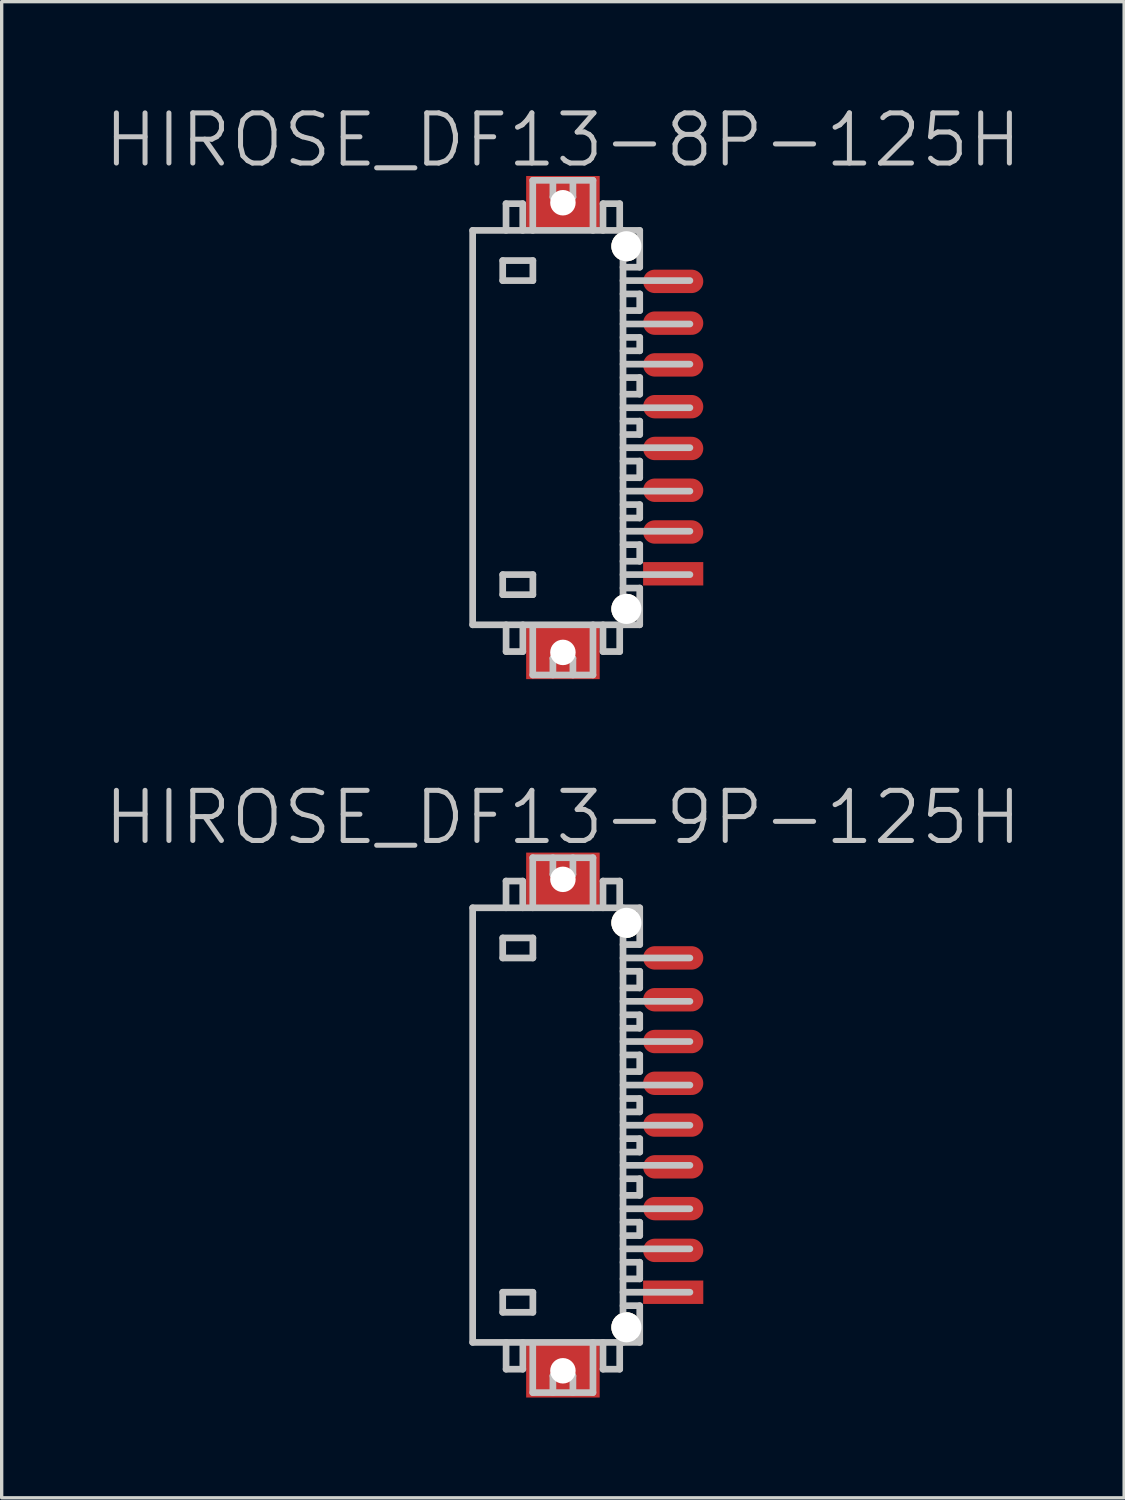
<source format=kicad_pcb>
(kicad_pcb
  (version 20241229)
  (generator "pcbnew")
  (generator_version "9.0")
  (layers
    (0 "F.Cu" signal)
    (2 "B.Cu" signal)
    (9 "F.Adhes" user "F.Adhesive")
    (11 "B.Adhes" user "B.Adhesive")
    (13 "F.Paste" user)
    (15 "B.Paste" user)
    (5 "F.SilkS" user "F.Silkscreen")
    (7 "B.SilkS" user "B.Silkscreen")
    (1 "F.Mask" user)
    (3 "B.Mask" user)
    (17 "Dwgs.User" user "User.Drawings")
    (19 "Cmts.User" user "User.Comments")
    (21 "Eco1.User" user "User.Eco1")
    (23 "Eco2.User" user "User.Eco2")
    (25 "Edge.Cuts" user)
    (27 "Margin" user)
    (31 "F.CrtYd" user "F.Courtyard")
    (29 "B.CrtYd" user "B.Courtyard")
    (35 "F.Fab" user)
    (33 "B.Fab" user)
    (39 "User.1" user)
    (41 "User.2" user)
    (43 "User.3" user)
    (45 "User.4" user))
  (footprint "HIROSE_DF13-8P-125H"
    (layer "F.Cu")
    (at 13.789 9.741)
    (property "Reference" "HIROSE_DF13-8P-125H" (at 0 -8.6 180) (layer "Dwgs.User") (effects (font (size 1.5 1.5) (thickness 0.15))))
    (attr smd)
    (fp_line (start -2.699 -5.9) (end -2.699 5.9) (stroke (width 0.2) (type solid)) (layer "Dwgs.User"))
    (fp_line (start -2.699 -5.898) (end 2.299 -5.898) (stroke (width 0.2) (type solid)) (layer "Dwgs.User"))
    (fp_line (start -1.8 -4.996) (end -1.8 -4.397) (stroke (width 0.2) (type solid)) (layer "Dwgs.User"))
    (fp_line (start -1.8 -4.397) (end -0.898 -4.397) (stroke (width 0.2) (type solid)) (layer "Dwgs.User"))
    (fp_line (start -1.8 4.399) (end -0.898 4.399) (stroke (width 0.2) (type solid)) (layer "Dwgs.User"))
    (fp_line (start -1.8 4.999) (end -1.8 4.399) (stroke (width 0.2) (type solid)) (layer "Dwgs.User"))
    (fp_line (start -1.701 -6.698) (end -1.701 -5.898) (stroke (width 0.2) (type solid)) (layer "Dwgs.User"))
    (fp_line (start -1.699 6.701) (end -1.699 5.9) (stroke (width 0.2) (type solid)) (layer "Dwgs.User"))
    (fp_line (start -1.201 -6.698) (end -1.701 -6.698) (stroke (width 0.2) (type solid)) (layer "Dwgs.User"))
    (fp_line (start -1.201 -5.898) (end -1.201 -6.698) (stroke (width 0.2) (type solid)) (layer "Dwgs.User"))
    (fp_line (start -1.198 5.9) (end -1.198 6.701) (stroke (width 0.2) (type solid)) (layer "Dwgs.User"))
    (fp_line (start -1.198 6.701) (end -1.699 6.701) (stroke (width 0.2) (type solid)) (layer "Dwgs.User"))
    (fp_line (start -0.901 -7.396) (end -0.901 -5.898) (stroke (width 0.2) (type solid)) (layer "Dwgs.User"))
    (fp_line (start -0.901 7.399) (end -0.901 5.999) (stroke (width 0.2) (type solid)) (layer "Dwgs.User"))
    (fp_line (start -0.898 -4.996) (end -1.8 -4.996) (stroke (width 0.2) (type solid)) (layer "Dwgs.User"))
    (fp_line (start -0.898 -4.397) (end -0.898 -4.996) (stroke (width 0.2) (type solid)) (layer "Dwgs.User"))
    (fp_line (start -0.898 4.399) (end -0.898 4.999) (stroke (width 0.2) (type solid)) (layer "Dwgs.User"))
    (fp_line (start -0.898 4.999) (end -1.8 4.999) (stroke (width 0.2) (type solid)) (layer "Dwgs.User"))
    (fp_line (start -0.299 -6.896) (end -0.299 -7.396) (stroke (width 0.2) (type solid)) (layer "Dwgs.User"))
    (fp_line (start -0.299 -6.896) (end 0.3 -6.896) (stroke (width 0.2) (type solid)) (layer "Dwgs.User"))
    (fp_line (start -0.299 6.901) (end 0.3 6.901) (stroke (width 0.2) (type solid)) (layer "Dwgs.User"))
    (fp_line (start -0.299 7.402) (end -0.299 6.901) (stroke (width 0.2) (type solid)) (layer "Dwgs.User"))
    (fp_line (start 0.3 -6.896) (end 0.3 -7.396) (stroke (width 0.2) (type solid)) (layer "Dwgs.User"))
    (fp_line (start 0.3 7.402) (end 0.3 6.901) (stroke (width 0.2) (type solid)) (layer "Dwgs.User"))
    (fp_line (start 0.9 -7.396) (end -0.901 -7.396) (stroke (width 0.2) (type solid)) (layer "Dwgs.User"))
    (fp_line (start 0.9 -5.898) (end 0.9 -7.396) (stroke (width 0.2) (type solid)) (layer "Dwgs.User"))
    (fp_line (start 0.9 7.399) (end 0.9 5.9) (stroke (width 0.2) (type solid)) (layer "Dwgs.User"))
    (fp_line (start 0.9 7.402) (end -0.901 7.402) (stroke (width 0.2) (type solid)) (layer "Dwgs.User"))
    (fp_line (start 1.2 -5.898) (end 1.2 -6.698) (stroke (width 0.2) (type solid)) (layer "Dwgs.User"))
    (fp_line (start 1.2 6.701) (end 1.2 5.9) (stroke (width 0.2) (type solid)) (layer "Dwgs.User"))
    (fp_line (start 1.7 -6.698) (end 1.2 -6.698) (stroke (width 0.2) (type solid)) (layer "Dwgs.User"))
    (fp_line (start 1.7 -6.698) (end 1.7 -5.898) (stroke (width 0.2) (type solid)) (layer "Dwgs.User"))
    (fp_line (start 1.7 5.9) (end 1.7 6.701) (stroke (width 0.2) (type solid)) (layer "Dwgs.User"))
    (fp_line (start 1.7 6.701) (end 1.2 6.701) (stroke (width 0.2) (type solid)) (layer "Dwgs.User"))
    (fp_line (start 1.799 -5.9) (end 1.799 5.9) (stroke (width 0.2) (type solid)) (layer "Dwgs.User"))
    (fp_line (start 1.799 -3.998) (end 2.299 -3.998) (stroke (width 0.2) (type solid)) (layer "Dwgs.User"))
    (fp_line (start 1.799 -3.099) (end 3.8 -3.099) (stroke (width 0.2) (type solid)) (layer "Dwgs.User"))
    (fp_line (start 1.799 -1.897) (end 3.8 -1.897) (stroke (width 0.2) (type solid)) (layer "Dwgs.User"))
    (fp_line (start 1.799 -1.496) (end 2.299 -1.496) (stroke (width 0.2) (type solid)) (layer "Dwgs.User"))
    (fp_line (start 1.799 -0.594) (end 3.8 -0.594) (stroke (width 0.2) (type solid)) (layer "Dwgs.User"))
    (fp_line (start 1.799 0.602) (end 3.8 0.602) (stroke (width 0.2) (type solid)) (layer "Dwgs.User"))
    (fp_line (start 1.799 1.003) (end 2.299 1.003) (stroke (width 0.2) (type solid)) (layer "Dwgs.User"))
    (fp_line (start 1.799 1.902) (end 3.8 1.902) (stroke (width 0.2) (type solid)) (layer "Dwgs.User"))
    (fp_line (start 1.799 3.101) (end 3.8 3.101) (stroke (width 0.2) (type solid)) (layer "Dwgs.User"))
    (fp_line (start 1.799 3.503) (end 2.299 3.503) (stroke (width 0.2) (type solid)) (layer "Dwgs.User"))
    (fp_line (start 1.799 4.399) (end 3.8 4.399) (stroke (width 0.2) (type solid)) (layer "Dwgs.User"))
    (fp_line (start 2.299 -4.798) (end 1.799 -4.798) (stroke (width 0.2) (type solid)) (layer "Dwgs.User"))
    (fp_line (start 2.299 -4.798) (end 2.299 -5.898) (stroke (width 0.2) (type solid)) (layer "Dwgs.User"))
    (fp_line (start 2.299 -4) (end 2.299 -3.5) (stroke (width 0.2) (type solid)) (layer "Dwgs.User"))
    (fp_line (start 2.299 -3.5) (end 1.799 -3.5) (stroke (width 0.2) (type solid)) (layer "Dwgs.User"))
    (fp_line (start 2.299 -2.697) (end 1.799 -2.697) (stroke (width 0.2) (type solid)) (layer "Dwgs.User"))
    (fp_line (start 2.299 -2.296) (end 1.799 -2.296) (stroke (width 0.2) (type solid)) (layer "Dwgs.User"))
    (fp_line (start 2.299 -2.296) (end 2.299 -2.697) (stroke (width 0.2) (type solid)) (layer "Dwgs.User"))
    (fp_line (start 2.299 -1.499) (end 2.299 -0.998) (stroke (width 0.2) (type solid)) (layer "Dwgs.User"))
    (fp_line (start 2.299 -0.998) (end 1.799 -0.998) (stroke (width 0.2) (type solid)) (layer "Dwgs.User"))
    (fp_line (start 2.299 -0.193) (end 1.799 -0.193) (stroke (width 0.2) (type solid)) (layer "Dwgs.User"))
    (fp_line (start 2.299 0.208) (end 1.799 0.208) (stroke (width 0.2) (type solid)) (layer "Dwgs.User"))
    (fp_line (start 2.299 0.208) (end 2.299 -0.193) (stroke (width 0.2) (type solid)) (layer "Dwgs.User"))
    (fp_line (start 2.299 1.001) (end 2.299 1.501) (stroke (width 0.2) (type solid)) (layer "Dwgs.User"))
    (fp_line (start 2.299 1.501) (end 1.799 1.501) (stroke (width 0.2) (type solid)) (layer "Dwgs.User"))
    (fp_line (start 2.299 2.304) (end 1.799 2.304) (stroke (width 0.2) (type solid)) (layer "Dwgs.User"))
    (fp_line (start 2.299 2.705) (end 1.799 2.705) (stroke (width 0.2) (type solid)) (layer "Dwgs.User"))
    (fp_line (start 2.299 2.705) (end 2.299 2.304) (stroke (width 0.2) (type solid)) (layer "Dwgs.User"))
    (fp_line (start 2.299 3.5) (end 2.299 4) (stroke (width 0.2) (type solid)) (layer "Dwgs.User"))
    (fp_line (start 2.299 4) (end 1.799 4) (stroke (width 0.2) (type solid)) (layer "Dwgs.User"))
    (fp_line (start 2.299 4.801) (end 1.799 4.801) (stroke (width 0.2) (type solid)) (layer "Dwgs.User"))
    (fp_line (start 2.299 5.9) (end -2.699 5.9) (stroke (width 0.2) (type solid)) (layer "Dwgs.User"))
    (fp_line (start 2.299 5.9) (end 2.299 4.801) (stroke (width 0.2) (type solid)) (layer "Dwgs.User"))
    (fp_line (start 3.8 -4.397) (end 1.799 -4.397) (stroke (width 0.2) (type solid)) (layer "Dwgs.User"))
    (pad "" np_thru_hole rect (at 0.001 -6.726 270) (size 1.6 2.2) (drill 0.762) (layers "F.Cu" "F.Mask" "F.Paste"))
    (pad "" np_thru_hole rect (at 0.001 6.726 270) (size 1.6 2.2) (drill 0.762) (layers "F.Cu" "F.Mask" "F.Paste"))
    (pad "" np_thru_hole circle (at 1.901 -5.425 270) (size 0.9 0.9) (drill 0.899) (layers "*.Cu" "*.Mask" "F.SilkS"))
    (pad "" np_thru_hole circle (at 1.901 5.425 270) (size 0.9 0.9) (drill 0.899) (layers "*.Cu" "*.Mask" "F.SilkS"))
    (pad "1" smd rect (at 3.3 4.374 270) (size 0.7 1.8) (layers "F.Cu" "F.Mask" "F.Paste"))
    (pad "2" smd oval (at 3.3 3.124 270) (size 0.7 1.8) (layers "F.Cu" "F.Mask" "F.Paste"))
    (pad "3" smd oval (at 3.3 1.875 270) (size 0.7 1.8) (layers "F.Cu" "F.Mask" "F.Paste"))
    (pad "4" smd oval (at 3.3 0.625 270) (size 0.7 1.8) (layers "F.Cu" "F.Mask" "F.Paste"))
    (pad "5" smd oval (at 3.3 -0.625 270) (size 0.7 1.8) (layers "F.Cu" "F.Mask" "F.Paste"))
    (pad "6" smd oval (at 3.3 -1.875 270) (size 0.7 1.8) (layers "F.Cu" "F.Mask" "F.Paste"))
    (pad "7" smd oval (at 3.3 -3.124 270) (size 0.7 1.8) (layers "F.Cu" "F.Mask" "F.Paste"))
    (pad "8" smd oval (at 3.3 -4.374 270) (size 0.7 1.8) (layers "F.Cu" "F.Mask" "F.Paste")))
  (footprint "HIROSE_DF13-9P-125H"
    (layer "F.Cu")
    (at 13.789 30.607)
    (property "Reference" "HIROSE_DF13-9P-125H" (at 0 -9.2 180) (layer "Dwgs.User") (effects (font (size 1.5 1.5) (thickness 0.15))))
    (attr smd)
    (fp_line (start -2.699 -6.5) (end 2.299 -6.5) (stroke (width 0.2) (type solid)) (layer "Dwgs.User"))
    (fp_line (start -2.699 6.5) (end -2.699 -6.5) (stroke (width 0.2) (type solid)) (layer "Dwgs.User"))
    (fp_line (start -1.8 -5.598) (end -1.8 -4.999) (stroke (width 0.2) (type solid)) (layer "Dwgs.User"))
    (fp_line (start -1.8 -4.999) (end -0.898 -4.999) (stroke (width 0.2) (type solid)) (layer "Dwgs.User"))
    (fp_line (start -1.8 5.001) (end -0.898 5.001) (stroke (width 0.2) (type solid)) (layer "Dwgs.User"))
    (fp_line (start -1.8 5.601) (end -1.8 5.001) (stroke (width 0.2) (type solid)) (layer "Dwgs.User"))
    (fp_line (start -1.701 -7.3) (end -1.701 -6.5) (stroke (width 0.2) (type solid)) (layer "Dwgs.User"))
    (fp_line (start -1.699 7.303) (end -1.699 6.502) (stroke (width 0.2) (type solid)) (layer "Dwgs.User"))
    (fp_line (start -1.201 -7.3) (end -1.701 -7.3) (stroke (width 0.2) (type solid)) (layer "Dwgs.User"))
    (fp_line (start -1.201 -6.5) (end -1.201 -7.3) (stroke (width 0.2) (type solid)) (layer "Dwgs.User"))
    (fp_line (start -1.198 6.502) (end -1.198 7.303) (stroke (width 0.2) (type solid)) (layer "Dwgs.User"))
    (fp_line (start -1.198 7.303) (end -1.699 7.303) (stroke (width 0.2) (type solid)) (layer "Dwgs.User"))
    (fp_line (start -0.901 -7.998) (end -0.901 -6.5) (stroke (width 0.2) (type solid)) (layer "Dwgs.User"))
    (fp_line (start -0.901 8.001) (end -0.901 6.601) (stroke (width 0.2) (type solid)) (layer "Dwgs.User"))
    (fp_line (start -0.898 -5.598) (end -1.8 -5.598) (stroke (width 0.2) (type solid)) (layer "Dwgs.User"))
    (fp_line (start -0.898 -4.999) (end -0.898 -5.598) (stroke (width 0.2) (type solid)) (layer "Dwgs.User"))
    (fp_line (start -0.898 5.001) (end -0.898 5.601) (stroke (width 0.2) (type solid)) (layer "Dwgs.User"))
    (fp_line (start -0.898 5.601) (end -1.8 5.601) (stroke (width 0.2) (type solid)) (layer "Dwgs.User"))
    (fp_line (start -0.299 -7.498) (end -0.299 -7.998) (stroke (width 0.2) (type solid)) (layer "Dwgs.User"))
    (fp_line (start -0.299 -7.498) (end 0.3 -7.498) (stroke (width 0.2) (type solid)) (layer "Dwgs.User"))
    (fp_line (start -0.299 7.503) (end 0.3 7.503) (stroke (width 0.2) (type solid)) (layer "Dwgs.User"))
    (fp_line (start -0.299 8.004) (end -0.299 7.503) (stroke (width 0.2) (type solid)) (layer "Dwgs.User"))
    (fp_line (start 0.3 -7.498) (end 0.3 -7.998) (stroke (width 0.2) (type solid)) (layer "Dwgs.User"))
    (fp_line (start 0.3 8.004) (end 0.3 7.503) (stroke (width 0.2) (type solid)) (layer "Dwgs.User"))
    (fp_line (start 0.9 -7.998) (end -0.901 -7.998) (stroke (width 0.2) (type solid)) (layer "Dwgs.User"))
    (fp_line (start 0.9 -6.5) (end 0.9 -7.998) (stroke (width 0.2) (type solid)) (layer "Dwgs.User"))
    (fp_line (start 0.9 8.001) (end 0.9 6.502) (stroke (width 0.2) (type solid)) (layer "Dwgs.User"))
    (fp_line (start 0.9 8.004) (end -0.901 8.004) (stroke (width 0.2) (type solid)) (layer "Dwgs.User"))
    (fp_line (start 1.2 -6.5) (end 1.2 -7.3) (stroke (width 0.2) (type solid)) (layer "Dwgs.User"))
    (fp_line (start 1.2 7.303) (end 1.2 6.502) (stroke (width 0.2) (type solid)) (layer "Dwgs.User"))
    (fp_line (start 1.7 -7.3) (end 1.2 -7.3) (stroke (width 0.2) (type solid)) (layer "Dwgs.User"))
    (fp_line (start 1.7 -7.3) (end 1.7 -6.5) (stroke (width 0.2) (type solid)) (layer "Dwgs.User"))
    (fp_line (start 1.7 6.502) (end 1.7 7.303) (stroke (width 0.2) (type solid)) (layer "Dwgs.User"))
    (fp_line (start 1.7 7.303) (end 1.2 7.303) (stroke (width 0.2) (type solid)) (layer "Dwgs.User"))
    (fp_line (start 1.799 -6.5) (end 1.799 6.5) (stroke (width 0.2) (type solid)) (layer "Dwgs.User"))
    (fp_line (start 1.799 -4.6) (end 2.299 -4.6) (stroke (width 0.2) (type solid)) (layer "Dwgs.User"))
    (fp_line (start 1.799 -3.701) (end 3.8 -3.701) (stroke (width 0.2) (type solid)) (layer "Dwgs.User"))
    (fp_line (start 1.799 -2.499) (end 3.8 -2.499) (stroke (width 0.2) (type solid)) (layer "Dwgs.User"))
    (fp_line (start 1.799 -2.098) (end 2.299 -2.098) (stroke (width 0.2) (type solid)) (layer "Dwgs.User"))
    (fp_line (start 1.799 -1.196) (end 3.8 -1.196) (stroke (width 0.2) (type solid)) (layer "Dwgs.User"))
    (fp_line (start 1.799 0.005) (end 3.8 0.005) (stroke (width 0.2) (type solid)) (layer "Dwgs.User"))
    (fp_line (start 1.799 1.204) (end 3.8 1.204) (stroke (width 0.2) (type solid)) (layer "Dwgs.User"))
    (fp_line (start 1.799 1.605) (end 2.299 1.605) (stroke (width 0.2) (type solid)) (layer "Dwgs.User"))
    (fp_line (start 1.799 2.504) (end 3.8 2.504) (stroke (width 0.2) (type solid)) (layer "Dwgs.User"))
    (fp_line (start 1.799 3.703) (end 3.8 3.703) (stroke (width 0.2) (type solid)) (layer "Dwgs.User"))
    (fp_line (start 1.799 4.105) (end 2.299 4.105) (stroke (width 0.2) (type solid)) (layer "Dwgs.User"))
    (fp_line (start 1.799 5.001) (end 3.8 5.001) (stroke (width 0.2) (type solid)) (layer "Dwgs.User"))
    (fp_line (start 2.299 -5.4) (end 1.799 -5.4) (stroke (width 0.2) (type solid)) (layer "Dwgs.User"))
    (fp_line (start 2.299 -5.4) (end 2.299 -6.5) (stroke (width 0.2) (type solid)) (layer "Dwgs.User"))
    (fp_line (start 2.299 -4.602) (end 2.299 -4.102) (stroke (width 0.2) (type solid)) (layer "Dwgs.User"))
    (fp_line (start 2.299 -4.102) (end 1.799 -4.102) (stroke (width 0.2) (type solid)) (layer "Dwgs.User"))
    (fp_line (start 2.299 -3.299) (end 1.799 -3.299) (stroke (width 0.2) (type solid)) (layer "Dwgs.User"))
    (fp_line (start 2.299 -2.898) (end 1.799 -2.898) (stroke (width 0.2) (type solid)) (layer "Dwgs.User"))
    (fp_line (start 2.299 -2.898) (end 2.299 -3.299) (stroke (width 0.2) (type solid)) (layer "Dwgs.User"))
    (fp_line (start 2.299 -2.101) (end 2.299 -1.6) (stroke (width 0.2) (type solid)) (layer "Dwgs.User"))
    (fp_line (start 2.299 -1.6) (end 1.799 -1.6) (stroke (width 0.2) (type solid)) (layer "Dwgs.User"))
    (fp_line (start 2.299 -0.795) (end 1.799 -0.795) (stroke (width 0.2) (type solid)) (layer "Dwgs.User"))
    (fp_line (start 2.299 -0.394) (end 1.799 -0.394) (stroke (width 0.2) (type solid)) (layer "Dwgs.User"))
    (fp_line (start 2.299 -0.394) (end 2.299 -0.795) (stroke (width 0.2) (type solid)) (layer "Dwgs.User"))
    (fp_line (start 2.299 0.406) (end 1.799 0.406) (stroke (width 0.2) (type solid)) (layer "Dwgs.User"))
    (fp_line (start 2.299 0.808) (end 1.799 0.808) (stroke (width 0.2) (type solid)) (layer "Dwgs.User"))
    (fp_line (start 2.299 0.808) (end 2.299 0.406) (stroke (width 0.2) (type solid)) (layer "Dwgs.User"))
    (fp_line (start 2.299 1.603) (end 2.299 2.103) (stroke (width 0.2) (type solid)) (layer "Dwgs.User"))
    (fp_line (start 2.299 2.103) (end 1.799 2.103) (stroke (width 0.2) (type solid)) (layer "Dwgs.User"))
    (fp_line (start 2.299 2.906) (end 1.799 2.906) (stroke (width 0.2) (type solid)) (layer "Dwgs.User"))
    (fp_line (start 2.299 3.307) (end 1.799 3.307) (stroke (width 0.2) (type solid)) (layer "Dwgs.User"))
    (fp_line (start 2.299 3.307) (end 2.299 2.906) (stroke (width 0.2) (type solid)) (layer "Dwgs.User"))
    (fp_line (start 2.299 4.102) (end 2.299 4.602) (stroke (width 0.2) (type solid)) (layer "Dwgs.User"))
    (fp_line (start 2.299 4.602) (end 1.799 4.602) (stroke (width 0.2) (type solid)) (layer "Dwgs.User"))
    (fp_line (start 2.299 5.403) (end 1.799 5.403) (stroke (width 0.2) (type solid)) (layer "Dwgs.User"))
    (fp_line (start 2.299 6.502) (end -2.699 6.502) (stroke (width 0.2) (type solid)) (layer "Dwgs.User"))
    (fp_line (start 2.299 6.502) (end 2.299 5.403) (stroke (width 0.2) (type solid)) (layer "Dwgs.User"))
    (fp_line (start 3.8 -4.999) (end 1.799 -4.999) (stroke (width 0.2) (type solid)) (layer "Dwgs.User"))
    (pad "" np_thru_hole rect (at 0.001 -7.351 270) (size 1.6 2.2) (drill 0.762) (layers "F.Cu" "F.Mask" "F.Paste"))
    (pad "" np_thru_hole rect (at 0.001 7.351 270) (size 1.6 2.2) (drill 0.762) (layers "F.Cu" "F.Mask" "F.Paste"))
    (pad "" np_thru_hole circle (at 1.901 -6.05 270) (size 0.9 0.9) (drill 0.899) (layers "*.Cu" "*.Mask" "F.SilkS"))
    (pad "" np_thru_hole circle (at 1.901 6.05 270) (size 0.9 0.9) (drill 0.899) (layers "*.Cu" "*.Mask" "F.SilkS"))
    (pad "1" smd rect (at 3.3 5.001 270) (size 0.7 1.8) (layers "F.Cu" "F.Mask" "F.Paste"))
    (pad "2" smd oval (at 3.3 3.749 270) (size 0.7 1.8) (layers "F.Cu" "F.Mask" "F.Paste"))
    (pad "3" smd oval (at 3.3 2.499 270) (size 0.7 1.8) (layers "F.Cu" "F.Mask" "F.Paste"))
    (pad "4" smd oval (at 3.3 1.25 270) (size 0.7 1.8) (layers "F.Cu" "F.Mask" "F.Paste"))
    (pad "5" smd oval (at 3.3 0 270) (size 0.7 1.8) (layers "F.Cu" "F.Mask" "F.Paste"))
    (pad "6" smd oval (at 3.3 -1.25 270) (size 0.7 1.8) (layers "F.Cu" "F.Mask" "F.Paste"))
    (pad "7" smd oval (at 3.3 -2.499 270) (size 0.7 1.8) (layers "F.Cu" "F.Mask" "F.Paste"))
    (pad "8" smd oval (at 3.3 -3.749 270) (size 0.7 1.8) (layers "F.Cu" "F.Mask" "F.Paste"))
    (pad "9" smd oval (at 3.3 -5.001 270) (size 0.7 1.8) (layers "F.Cu" "F.Mask" "F.Paste")))
  (gr_rect
    (start -3 -3)
    (end 30.579 41.758)
    (stroke (width 0.1) (type default))
    (fill no)
    (layer "Edge.Cuts")))
</source>
